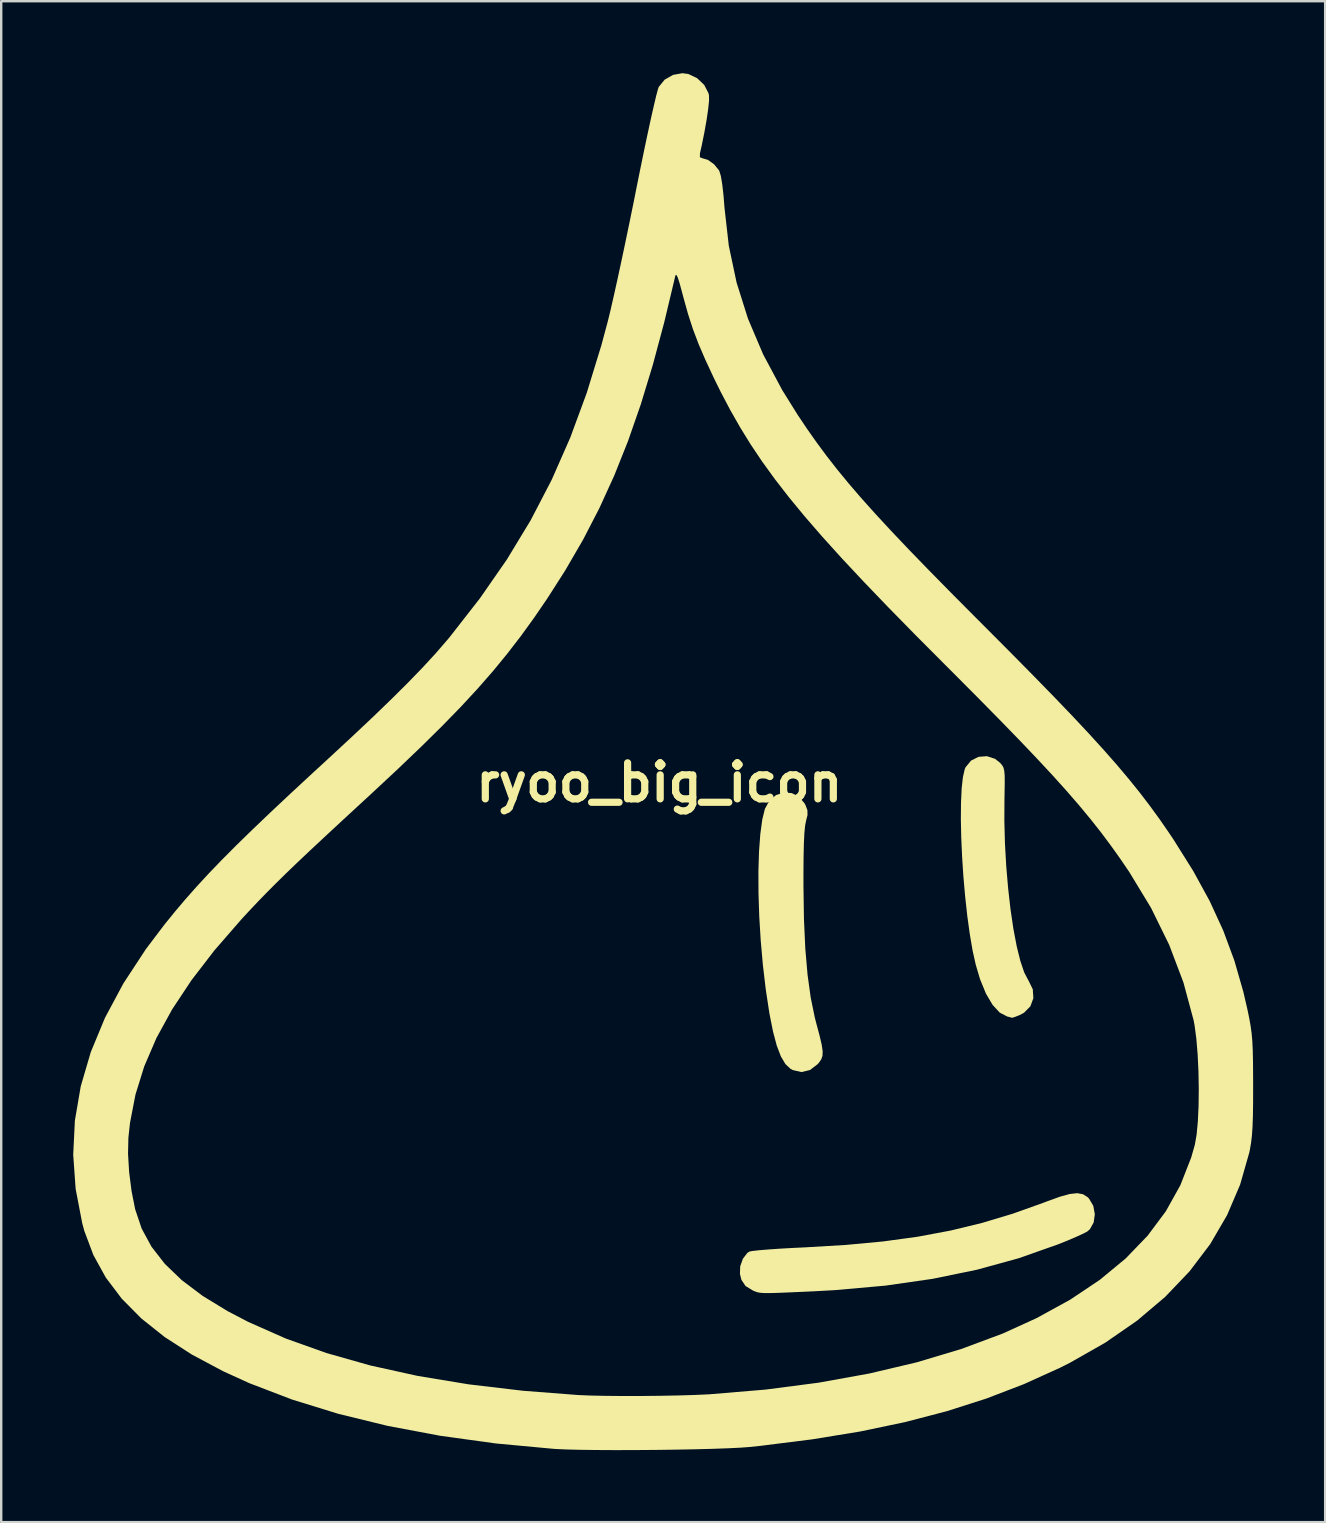
<source format=kicad_pcb>
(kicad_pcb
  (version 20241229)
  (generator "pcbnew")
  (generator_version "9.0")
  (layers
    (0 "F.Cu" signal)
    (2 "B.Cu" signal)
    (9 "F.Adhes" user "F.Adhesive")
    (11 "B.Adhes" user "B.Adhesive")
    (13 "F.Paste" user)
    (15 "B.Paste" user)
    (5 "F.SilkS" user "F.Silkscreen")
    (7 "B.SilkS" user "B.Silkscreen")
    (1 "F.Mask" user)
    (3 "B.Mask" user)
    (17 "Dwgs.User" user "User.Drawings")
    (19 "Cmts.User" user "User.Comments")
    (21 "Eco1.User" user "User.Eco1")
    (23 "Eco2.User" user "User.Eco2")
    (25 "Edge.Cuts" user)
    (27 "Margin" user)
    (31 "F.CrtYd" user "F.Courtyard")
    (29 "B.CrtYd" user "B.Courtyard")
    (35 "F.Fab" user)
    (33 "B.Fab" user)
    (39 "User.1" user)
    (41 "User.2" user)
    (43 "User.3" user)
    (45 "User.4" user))
  (footprint "ryoo_big_icon"
    (layer "F.Cu")
    (at 24.419 29.554)
    (property "Reference" "ryoo_big_icon" (at 0 0 0) (layer "F.SilkS") (effects (font (size 1.5 1.5) (thickness 0.3))))
    (attr board_only exclude_from_pos_files exclude_from_bom)
    (fp_poly (pts (xy 5.517 0.438) (xy 5.82 0.59) (xy 6.059 0.877) (xy 6.087 0.931) (xy 6.17 1.15) (xy 6.174 1.352) (xy 6.113 1.597) (xy 6.074 1.794) (xy 6.044 2.103) (xy 6.023 2.539) (xy 6.01 3.115) (xy 6.005 3.844) (xy 6.005 4.292) (xy 6.026 5.684) (xy 6.082 6.918) (xy 6.176 8.006) (xy 6.308 8.962) (xy 6.48 9.797) (xy 6.54 10.029) (xy 6.677 10.542) (xy 6.765 10.918) (xy 6.805 11.189) (xy 6.798 11.384) (xy 6.745 11.535) (xy 6.648 11.673) (xy 6.599 11.729) (xy 6.279 11.976) (xy 5.925 12.061) (xy 5.564 11.979) (xy 5.461 11.923) (xy 5.253 11.728) (xy 5.065 11.41) (xy 4.893 10.961) (xy 4.736 10.368) (xy 4.588 9.622) (xy 4.449 8.713) (xy 4.431 8.583) (xy 4.314 7.591) (xy 4.225 6.583) (xy 4.164 5.584) (xy 4.132 4.617) (xy 4.128 3.705) (xy 4.154 2.873) (xy 4.208 2.143) (xy 4.29 1.539) (xy 4.399 1.095) (xy 4.589 0.748) (xy 4.864 0.52) (xy 5.186 0.416)) (stroke (width 0) (type solid)) (fill yes) (layer "F.SilkS"))
    (fp_poly (pts (xy 13.987 -0.989) (xy 14.197 -0.823) (xy 14.28 -0.728) (xy 14.337 -0.627) (xy 14.372 -0.49) (xy 14.389 -0.285) (xy 14.391 0.022) (xy 14.384 0.46) (xy 14.38 0.643) (xy 14.375 1.58) (xy 14.4 2.535) (xy 14.454 3.486) (xy 14.533 4.41) (xy 14.633 5.289) (xy 14.753 6.099) (xy 14.89 6.819) (xy 15.041 7.43) (xy 15.202 7.908) (xy 15.372 8.234) (xy 15.379 8.244) (xy 15.56 8.613) (xy 15.584 8.983) (xy 15.46 9.321) (xy 15.196 9.589) (xy 15.012 9.688) (xy 14.814 9.765) (xy 14.702 9.8) (xy 14.695 9.799) (xy 14.601 9.773) (xy 14.496 9.747) (xy 14.185 9.587) (xy 13.887 9.265) (xy 13.611 8.798) (xy 13.364 8.198) (xy 13.182 7.584) (xy 13.051 6.992) (xy 12.934 6.306) (xy 12.83 5.549) (xy 12.742 4.745) (xy 12.669 3.917) (xy 12.615 3.09) (xy 12.579 2.286) (xy 12.563 1.53) (xy 12.569 0.844) (xy 12.596 0.252) (xy 12.648 -0.222) (xy 12.724 -0.555) (xy 12.757 -0.634) (xy 12.987 -0.915) (xy 13.299 -1.072) (xy 13.648 -1.099)) (stroke (width 0) (type solid)) (fill yes) (layer "F.SilkS"))
    (fp_poly (pts (xy 17.654 17.152) (xy 17.844 17.273) (xy 17.902 17.332) (xy 18.081 17.635) (xy 18.144 17.984) (xy 18.097 18.326) (xy 17.94 18.608) (xy 17.826 18.707) (xy 17.661 18.793) (xy 17.375 18.924) (xy 17.008 19.081) (xy 16.631 19.233) (xy 14.979 19.816) (xy 13.235 20.296) (xy 11.387 20.676) (xy 9.421 20.959) (xy 7.324 21.146) (xy 6.438 21.195) (xy 5.757 21.226) (xy 5.229 21.249) (xy 4.831 21.264) (xy 4.54 21.27) (xy 4.333 21.267) (xy 4.187 21.255) (xy 4.08 21.233) (xy 3.99 21.202) (xy 3.898 21.162) (xy 3.593 20.976) (xy 3.421 20.719) (xy 3.359 20.473) (xy 3.37 20.153) (xy 3.482 19.838) (xy 3.665 19.599) (xy 3.746 19.543) (xy 3.873 19.516) (xy 4.149 19.485) (xy 4.549 19.452) (xy 5.047 19.418) (xy 5.616 19.386) (xy 6.066 19.365) (xy 7.766 19.264) (xy 9.325 19.118) (xy 10.771 18.92) (xy 12.133 18.665) (xy 13.441 18.348) (xy 14.722 17.963) (xy 16.006 17.505) (xy 16.133 17.456) (xy 16.679 17.258) (xy 17.097 17.142) (xy 17.413 17.107)) (stroke (width 0) (type solid)) (fill yes) (layer "F.SilkS"))
    (fp_poly (pts (xy 1.207 -29.522) (xy 1.575 -29.347) (xy 1.871 -29.066) (xy 2.048 -28.723) (xy 2.07 -28.627) (xy 2.072 -28.416) (xy 2.037 -28.07) (xy 1.972 -27.624) (xy 1.882 -27.112) (xy 1.773 -26.57) (xy 1.692 -26.21) (xy 1.69 -26.054) (xy 1.789 -26.013) (xy 2.028 -25.942) (xy 2.279 -25.761) (xy 2.479 -25.518) (xy 2.501 -25.477) (xy 2.563 -25.274) (xy 2.623 -24.92) (xy 2.677 -24.438) (xy 2.715 -23.953) (xy 2.895 -22.366) (xy 3.22 -20.829) (xy 3.695 -19.325) (xy 4.328 -17.836) (xy 5.124 -16.347) (xy 5.759 -15.328) (xy 6.152 -14.742) (xy 6.55 -14.177) (xy 6.963 -13.618) (xy 7.403 -13.054) (xy 7.88 -12.473) (xy 8.406 -11.861) (xy 8.991 -11.208) (xy 9.646 -10.499) (xy 10.382 -9.723) (xy 11.21 -8.868) (xy 12.141 -7.921) (xy 13.186 -6.87) (xy 13.487 -6.569) (xy 14.583 -5.469) (xy 15.562 -4.477) (xy 16.435 -3.582) (xy 17.212 -2.772) (xy 17.903 -2.034) (xy 18.519 -1.357) (xy 19.071 -0.729) (xy 19.569 -0.138) (xy 20.024 0.427) (xy 20.445 0.979) (xy 20.845 1.529) (xy 21.232 2.089) (xy 21.417 2.365) (xy 22.24 3.676) (xy 22.928 4.932) (xy 23.496 6.168) (xy 23.959 7.419) (xy 24.333 8.72) (xy 24.501 9.447) (xy 24.578 9.818) (xy 24.636 10.142) (xy 24.678 10.453) (xy 24.707 10.783) (xy 24.725 11.168) (xy 24.735 11.642) (xy 24.739 12.239) (xy 24.74 12.612) (xy 24.739 13.324) (xy 24.731 13.89) (xy 24.715 14.341) (xy 24.69 14.707) (xy 24.653 15.018) (xy 24.603 15.304) (xy 24.58 15.415) (xy 24.198 16.752) (xy 23.655 18.023) (xy 22.952 19.228) (xy 22.091 20.364) (xy 21.074 21.429) (xy 19.903 22.42) (xy 18.579 23.336) (xy 17.106 24.174) (xy 16.69 24.383) (xy 15.19 25.063) (xy 13.625 25.664) (xy 11.977 26.191) (xy 10.231 26.646) (xy 8.371 27.036) (xy 6.379 27.362) (xy 4.241 27.631) (xy 3.766 27.681) (xy 3.382 27.71) (xy 2.852 27.736) (xy 2.202 27.759) (xy 1.462 27.778) (xy 0.66 27.793) (xy -0.175 27.804) (xy -1.017 27.81) (xy -1.836 27.812) (xy -2.604 27.808) (xy -3.293 27.799) (xy -3.874 27.785) (xy -4.32 27.765) (xy -4.379 27.761) (xy -6.812 27.535) (xy -9.127 27.215) (xy -11.316 26.803) (xy -13.374 26.3) (xy -15.295 25.707) (xy -17.074 25.026) (xy -18.174 24.525) (xy -19.475 23.832) (xy -20.609 23.101) (xy -21.581 22.326) (xy -22.397 21.502) (xy -23.061 20.623) (xy -23.579 19.684) (xy -23.956 18.68) (xy -24.042 18.363) (xy -24.317 16.933) (xy -24.419 15.506) (xy -24.417 15.467) (xy -22.135 15.467) (xy -22.089 16.226) (xy -21.989 17.012) (xy -21.842 17.756) (xy -21.837 17.779) (xy -21.567 18.582) (xy -21.157 19.338) (xy -20.6 20.054) (xy -19.891 20.735) (xy -19.024 21.388) (xy -17.993 22.018) (xy -17.123 22.472) (xy -15.563 23.163) (xy -13.869 23.767) (xy -12.037 24.286) (xy -10.064 24.721) (xy -7.947 25.071) (xy -5.681 25.339) (xy -3.372 25.518) (xy -2.88 25.538) (xy -2.254 25.551) (xy -1.534 25.558) (xy -0.762 25.557) (xy 0.021 25.549) (xy 0.775 25.535) (xy 1.458 25.515) (xy 2.031 25.489) (xy 2.102 25.485) (xy 4.417 25.291) (xy 6.632 25.003) (xy 8.737 24.623) (xy 10.722 24.155) (xy 12.579 23.599) (xy 14.299 22.959) (xy 15.715 22.314) (xy 17.116 21.545) (xy 18.353 20.717) (xy 19.429 19.828) (xy 20.345 18.877) (xy 21.104 17.86) (xy 21.708 16.776) (xy 22.16 15.621) (xy 22.312 15.086) (xy 22.385 14.669) (xy 22.437 14.117) (xy 22.467 13.468) (xy 22.475 12.761) (xy 22.462 12.033) (xy 22.428 11.323) (xy 22.374 10.67) (xy 22.3 10.112) (xy 22.259 9.897) (xy 21.835 8.324) (xy 21.242 6.76) (xy 20.486 5.22) (xy 19.58 3.727) (xy 19.195 3.161) (xy 18.804 2.613) (xy 18.397 2.069) (xy 17.962 1.519) (xy 17.49 0.949) (xy 16.969 0.348) (xy 16.388 -0.297) (xy 15.736 -0.998) (xy 15.004 -1.767) (xy 14.179 -2.616) (xy 13.251 -3.558) (xy 12.21 -4.604) (xy 11.909 -4.905) (xy 10.66 -6.159) (xy 9.534 -7.308) (xy 8.52 -8.364) (xy 7.609 -9.337) (xy 6.793 -10.24) (xy 6.062 -11.083) (xy 5.407 -11.878) (xy 4.819 -12.636) (xy 4.288 -13.369) (xy 3.806 -14.088) (xy 3.364 -14.804) (xy 2.951 -15.529) (xy 2.559 -16.274) (xy 2.27 -16.86) (xy 1.918 -17.615) (xy 1.635 -18.274) (xy 1.401 -18.891) (xy 1.197 -19.52) (xy 1.003 -20.216) (xy 0.964 -20.364) (xy 0.851 -20.782) (xy 0.768 -21.042) (xy 0.71 -21.154) (xy 0.672 -21.132) (xy 0.666 -21.108) (xy 0.206 -19.179) (xy -0.27 -17.403) (xy -0.77 -15.762) (xy -1.302 -14.233) (xy -1.875 -12.797) (xy -2.497 -11.433) (xy -3.176 -10.12) (xy -3.921 -8.837) (xy -4.671 -7.664) (xy -5.216 -6.867) (xy -5.764 -6.11) (xy -6.329 -5.376) (xy -6.925 -4.649) (xy -7.568 -3.914) (xy -8.271 -3.154) (xy -9.05 -2.354) (xy -9.918 -1.497) (xy -10.891 -0.567) (xy -11.982 0.451) (xy -12.306 0.749) (xy -13.158 1.535) (xy -13.895 2.218) (xy -14.532 2.813) (xy -15.085 3.335) (xy -15.567 3.799) (xy -15.995 4.22) (xy -16.384 4.611) (xy -16.749 4.988) (xy -17.105 5.366) (xy -17.407 5.693) (xy -18.531 6.986) (xy -19.493 8.236) (xy -20.299 9.453) (xy -20.953 10.646) (xy -21.46 11.825) (xy -21.825 13) (xy -22.053 14.181) (xy -22.12 14.802) (xy -22.135 15.467) (xy -24.417 15.467) (xy -24.349 14.08) (xy -24.105 12.655) (xy -23.687 11.23) (xy -23.096 9.802) (xy -22.33 8.371) (xy -21.39 6.937) (xy -20.614 5.912) (xy -20.178 5.375) (xy -19.735 4.852) (xy -19.273 4.33) (xy -18.778 3.794) (xy -18.237 3.231) (xy -17.636 2.627) (xy -16.963 1.97) (xy -16.203 1.244) (xy -15.344 0.438) (xy -14.371 -0.463) (xy -13.882 -0.912) (xy -12.85 -1.868) (xy -11.942 -2.723) (xy -11.146 -3.491) (xy -10.451 -4.183) (xy -9.846 -4.809) (xy -9.318 -5.383) (xy -8.857 -5.915) (xy -8.727 -6.07) (xy -7.47 -7.682) (xy -6.352 -9.292) (xy -5.361 -10.927) (xy -4.485 -12.612) (xy -3.71 -14.373) (xy -3.023 -16.236) (xy -2.412 -18.226) (xy -2.142 -19.233) (xy -2.038 -19.659) (xy -1.907 -20.23) (xy -1.754 -20.918) (xy -1.586 -21.696) (xy -1.408 -22.537) (xy -1.226 -23.414) (xy -1.046 -24.298) (xy -0.958 -24.743) (xy -0.793 -25.561) (xy -0.634 -26.335) (xy -0.484 -27.045) (xy -0.348 -27.673) (xy -0.228 -28.201) (xy -0.131 -28.61) (xy -0.059 -28.88) (xy -0.023 -28.984) (xy 0.224 -29.286) (xy 0.571 -29.484) (xy 0.963 -29.554)) (stroke (width 0) (type solid)) (fill yes) (layer "F.SilkS")))
  (gr_rect
    (start -3 -3)
    (end 52.16 60.366)
    (stroke (width 0.1) (type default))
    (fill no)
    (layer "Edge.Cuts")))
</source>
